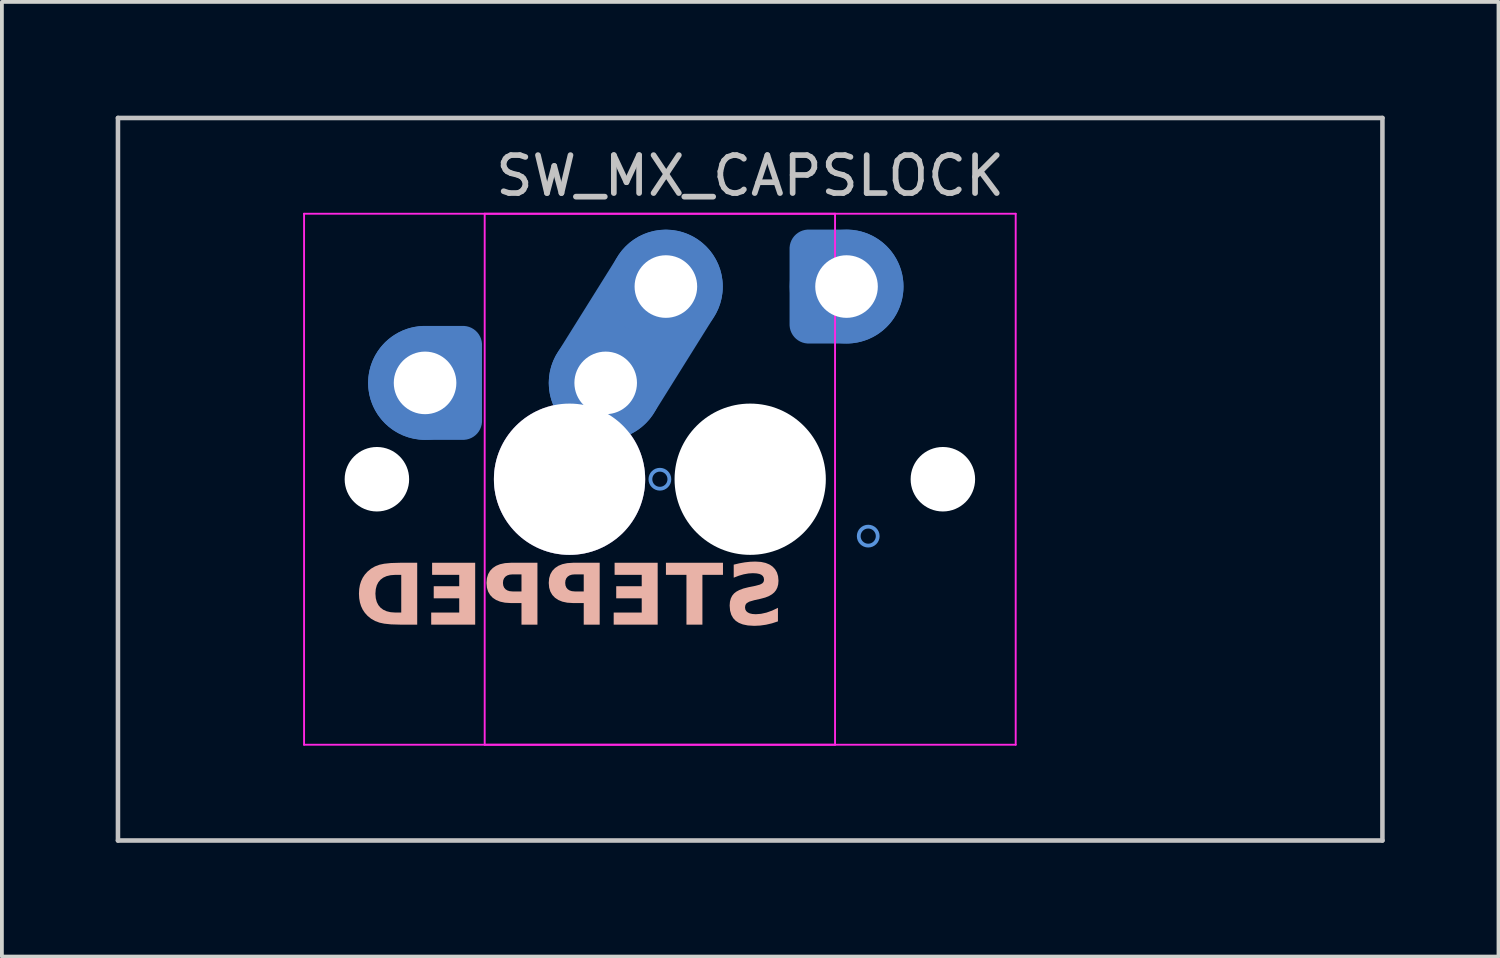
<source format=kicad_pcb>
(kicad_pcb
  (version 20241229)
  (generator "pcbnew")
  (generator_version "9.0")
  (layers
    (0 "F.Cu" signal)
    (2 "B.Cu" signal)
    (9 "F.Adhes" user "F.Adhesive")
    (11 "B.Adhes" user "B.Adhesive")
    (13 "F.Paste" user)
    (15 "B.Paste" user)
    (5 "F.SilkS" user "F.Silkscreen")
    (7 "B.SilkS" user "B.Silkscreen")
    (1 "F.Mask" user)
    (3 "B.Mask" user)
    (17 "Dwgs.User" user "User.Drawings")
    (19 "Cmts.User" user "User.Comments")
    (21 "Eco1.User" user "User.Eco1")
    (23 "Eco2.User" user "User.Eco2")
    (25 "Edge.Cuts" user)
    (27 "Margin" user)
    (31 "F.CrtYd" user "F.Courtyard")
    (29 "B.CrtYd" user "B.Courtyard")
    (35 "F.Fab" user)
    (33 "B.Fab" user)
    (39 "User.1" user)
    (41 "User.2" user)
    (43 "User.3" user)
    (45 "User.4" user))
  (footprint "SW_MX_CAPSLOCK"
    (layer "F.Cu")
    (at 16.729 9.585)
    (property "Reference" "SW_MX_CAPSLOCK" (at 0 -8 0) (layer "Dwgs.User") (effects (font (size 1 1) (thickness 0.15))))
    (attr through_hole exclude_from_pos_files exclude_from_bom)
    (fp_line (start -16.669 -9.525) (end -16.669 9.525) (stroke (width 0.12) (type solid)) (layer "Dwgs.User"))
    (fp_line (start -16.669 9.525) (end 16.669 9.525) (stroke (width 0.12) (type solid)) (layer "Dwgs.User"))
    (fp_line (start 16.669 -9.525) (end -16.669 -9.525) (stroke (width 0.12) (type solid)) (layer "Dwgs.User"))
    (fp_line (start 16.669 9.525) (end 16.669 -9.525) (stroke (width 0.12) (type solid)) (layer "Dwgs.User"))
    (fp_circle (center -8.572 -2.54) (end -8.572 -2.79) (stroke (width 0.1) (type default)) (fill no) (layer "Cmts.User"))
    (fp_circle (center -2.381 0) (end -2.381 -0.25) (stroke (width 0.1) (type default)) (fill no) (layer "Cmts.User"))
    (fp_circle (center 2.54 -5.08) (end 2.54 -4.83) (stroke (width 0.1) (type default)) (fill no) (layer "Cmts.User"))
    (fp_circle (center 3.112 1.5) (end 3.362 1.5) (stroke (width 0.1) (type default)) (fill no) (layer "Cmts.User"))
    (fp_line (start -11.762 6.5) (end -11.762 -6.5) (stroke (width 0.05) (type solid)) (layer "Eco2.User"))
    (fp_line (start -11.262 -7) (end 1.738 -7) (stroke (width 0.05) (type solid)) (layer "Eco2.User"))
    (fp_line (start -7 6.5) (end -7 -6.5) (stroke (width 0.05) (type solid)) (layer "Eco2.User"))
    (fp_line (start -6.5 -7) (end 6.5 -7) (stroke (width 0.05) (type solid)) (layer "Eco2.User"))
    (fp_line (start 1.738 7) (end -11.262 7) (stroke (width 0.05) (type solid)) (layer "Eco2.User"))
    (fp_line (start 2.237 -6.5) (end 2.237 6.5) (stroke (width 0.05) (type solid)) (layer "Eco2.User"))
    (fp_line (start 6.5 7) (end -6.5 7) (stroke (width 0.05) (type solid)) (layer "Eco2.User"))
    (fp_line (start 7 -6.5) (end 7 6.5) (stroke (width 0.05) (type solid)) (layer "Eco2.User"))
    (fp_arc (start -11.7625 -6.5) (mid -11.616053 -6.853553) (end -11.2625 -7) (stroke (width 0.05) (type solid)) (layer "Eco2.User"))
    (fp_arc (start -11.2625 7) (mid -11.616053 6.853553) (end -11.7625 6.5) (stroke (width 0.05) (type solid)) (layer "Eco2.User"))
    (fp_arc (start -7 -6.5) (mid -6.853553 -6.853553) (end -6.5 -7) (stroke (width 0.05) (type solid)) (layer "Eco2.User"))
    (fp_arc (start -6.5 7) (mid -6.853553 6.853553) (end -7 6.5) (stroke (width 0.05) (type solid)) (layer "Eco2.User"))
    (fp_arc (start 1.7375 -7) (mid 2.091053 -6.853553) (end 2.2375 -6.5) (stroke (width 0.05) (type solid)) (layer "Eco2.User"))
    (fp_arc (start 6.5 -7) (mid 6.853553 -6.853553) (end 7 -6.5) (stroke (width 0.05) (type solid)) (layer "Eco2.User"))
    (fp_arc (start 6.997236 6.498884) (mid 6.850789 6.852437) (end 6.497236 6.998884) (stroke (width 0.05) (type solid)) (layer "Eco2.User"))
    (fp_line (start -11.762 -7) (end -11.762 7) (stroke (width 0.05) (type solid)) (layer "F.CrtYd"))
    (fp_line (start -11.762 7) (end 2.237 7) (stroke (width 0.05) (type solid)) (layer "F.CrtYd"))
    (fp_line (start -7 -7) (end -7 7) (stroke (width 0.05) (type solid)) (layer "F.CrtYd"))
    (fp_line (start -7 7) (end 7 7) (stroke (width 0.05) (type solid)) (layer "F.CrtYd"))
    (fp_line (start 2.237 -7) (end -11.762 -7) (stroke (width 0.05) (type solid)) (layer "F.CrtYd"))
    (fp_line (start 2.237 7) (end 2.237 -7) (stroke (width 0.05) (type solid)) (layer "F.CrtYd"))
    (fp_line (start 7 -7) (end -7 -7) (stroke (width 0.05) (type solid)) (layer "F.CrtYd"))
    (fp_line (start 7 7) (end 7 -7) (stroke (width 0.05) (type solid)) (layer "F.CrtYd"))
    (fp_text user "STEPPED" (at -4.763 3.17 0) (unlocked yes) (layer "B.SilkS") (effects (font (face "Hitmo2.0") (size 1.6 1.6) (thickness 0.24) (bold yes)) (justify mirror)))
    (pad "" np_thru_hole circle (at -9.842 0) (size 1.7 1.7) (drill 1.7) (layers "*.Cu" "*.Mask"))
    (pad "" np_thru_hole circle (at 0 0) (size 3.988 3.988) (drill 3.988) (layers "*.Cu" "*.Mask"))
    (pad "" np_thru_hole circle (at 5.08 0) (size 1.7 1.7) (drill 1.7) (layers "*.Cu" "*.Mask"))
    (pad "1" thru_hole circle (at -8.572 -2.54) (size 2 2) (drill 1.65) (layers "*.Cu") (remove_unused_layers yes) (keep_end_layers yes) (zone_layer_connections))
    (pad "1" smd custom (at -8.572 -2.54) (size 2.7 2.7) (layers "B.Cu" "B.Mask") (options (anchor circle)) (primitives (gr_poly (pts (arc (start 0 1.35) (mid -1.35 0) (end 0 -1.35)) (arc (start 0.9 -1.35) (mid 1.218198 -1.218198) (end 1.35 -0.9)) (arc (start 1.35 0.9) (mid 1.218198 1.218198) (end 0.9 1.35))) (width 0.004) (fill yes))))
    (pad "1" smd circle (at -8.572 -2.54) (size 3 3) (layers "B.Cu"))
    (pad "1" smd custom (at -8.572 -2.54) (size 3 3) (layers "B.Cu") (options (anchor circle)) (primitives (gr_poly (pts (arc (start 0 1.5) (mid -1.5 0) (end 0 -1.5)) (arc (start 1 -1.5) (mid 1.353554 -1.353554) (end 1.5 -1)) (arc (start 1.5 1) (mid 1.353554 1.353554) (end 1 1.5))) (width 0.004) (fill yes))))
    (pad "1" thru_hole circle (at 2.54 -5.08 180) (size 2 2) (drill 1.65) (layers "*.Cu") (remove_unused_layers yes) (keep_end_layers yes) (zone_layer_connections))
    (pad "1" smd custom (at 2.54 -5.08 180) (size 2.7 2.7) (layers "B.Cu" "B.Mask") (options (anchor circle)) (primitives (gr_poly (pts (arc (start 0 1.35) (mid -1.35 0) (end 0 -1.35)) (arc (start 0.9 -1.35) (mid 1.218198 -1.218198) (end 1.35 -0.9)) (arc (start 1.35 0.9) (mid 1.218198 1.218198) (end 0.9 1.35))) (width 0.004) (fill yes))))
    (pad "1" smd circle (at 2.54 -5.08 180) (size 3 3) (layers "B.Cu"))
    (pad "1" smd custom (at 2.54 -5.08 180) (size 3 3) (layers "B.Cu") (options (anchor circle)) (primitives (gr_poly (pts (arc (start 0 1.5) (mid -1.5 0) (end 0 -1.5)) (arc (start 1 -1.5) (mid 1.353554 -1.353554) (end 1.5 -1)) (arc (start 1.5 1) (mid 1.353554 1.353554) (end 1 1.5))) (width 0.004) (fill yes))))
    (pad "2" thru_hole circle (at -4.763 0) (size 3.988 3.988) (drill 3.988) (layers "*.Cu" "*.Mask") (remove_unused_layers yes) (zone_layer_connections))
    (pad "2" thru_hole circle (at -3.81 -2.54) (size 2 2) (drill 1.65) (layers "*.Cu") (remove_unused_layers yes) (keep_end_layers yes) (zone_layer_connections))
    (pad "2" smd circle (at -3.81 -2.54 180) (size 2.7 2.7) (layers "B.Cu" "B.Mask"))
    (pad "2" smd circle (at -3.81 -2.54) (size 3 3) (layers "B.Cu"))
    (pad "2" smd oval (at -3.017 -3.808 328) (size 2 4.995) (layers "F.Cu"))
    (pad "2" smd oval (at -3.017 -3.808 328) (size 3 5.995) (layers "B.Cu"))
    (pad "2" thru_hole circle (at -2.223 -5.08) (size 2 2) (drill 1.65) (layers "*.Cu") (remove_unused_layers yes) (keep_end_layers yes) (zone_layer_connections))
    (pad "2" smd circle (at -2.223 -5.08) (size 2.7 2.7) (layers "B.Cu" "B.Mask"))
    (pad "2" smd circle (at -2.223 -5.08) (size 3 3) (layers "B.Cu")))
  (gr_rect
    (start -3 -3)
    (end 36.458 22.17)
    (stroke (width 0.1) (type default))
    (fill no)
    (layer "Edge.Cuts")))
</source>
